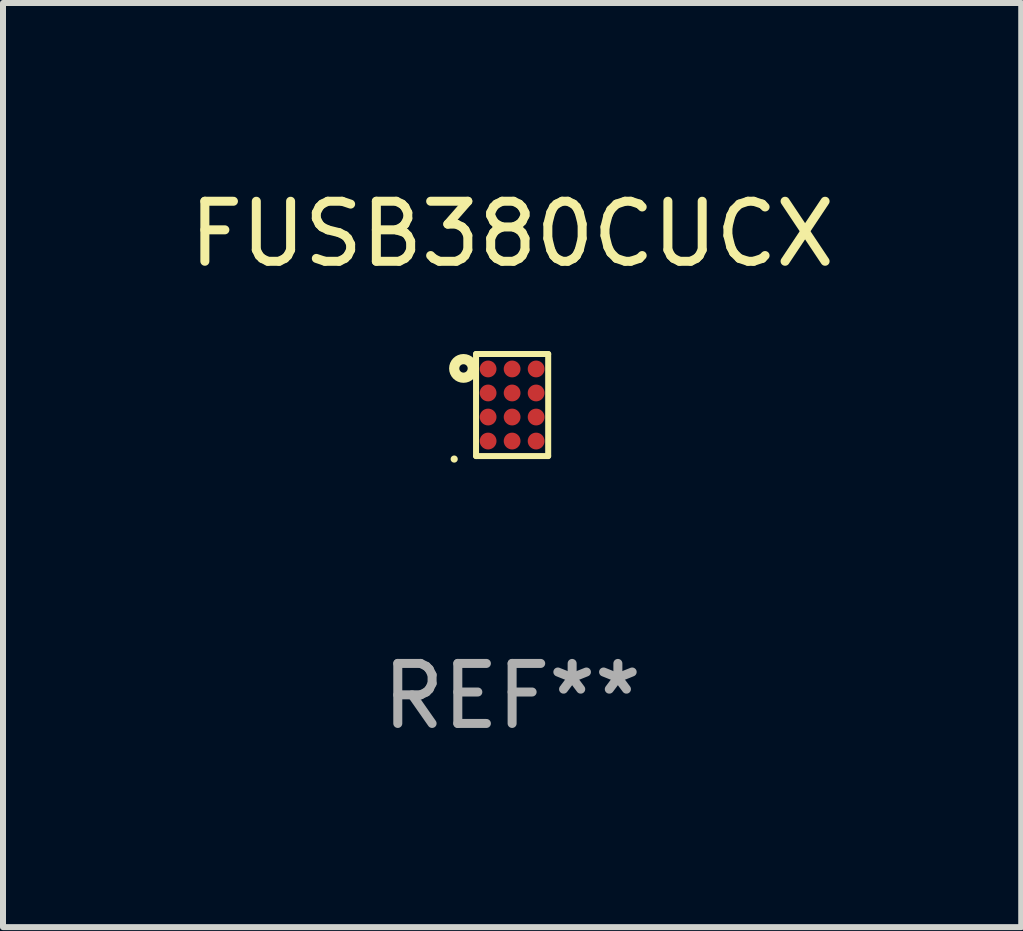
<source format=kicad_pcb>
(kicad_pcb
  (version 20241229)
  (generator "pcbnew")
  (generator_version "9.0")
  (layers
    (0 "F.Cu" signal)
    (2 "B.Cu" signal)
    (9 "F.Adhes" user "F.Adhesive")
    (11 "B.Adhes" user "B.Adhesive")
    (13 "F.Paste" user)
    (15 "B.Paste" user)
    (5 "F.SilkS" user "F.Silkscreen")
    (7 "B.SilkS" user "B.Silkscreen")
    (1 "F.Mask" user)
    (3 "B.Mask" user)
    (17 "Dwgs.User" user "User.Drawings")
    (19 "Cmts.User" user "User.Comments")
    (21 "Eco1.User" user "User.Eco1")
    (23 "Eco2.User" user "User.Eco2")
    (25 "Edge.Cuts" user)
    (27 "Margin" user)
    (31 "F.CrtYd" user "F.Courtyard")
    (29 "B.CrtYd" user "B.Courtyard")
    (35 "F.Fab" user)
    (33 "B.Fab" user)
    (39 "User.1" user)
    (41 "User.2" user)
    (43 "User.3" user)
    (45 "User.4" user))
  (footprint "FUSB380CUCX"
    (layer "F.Cu")
    (at 5.482 3.698)
    (property "Reference" "FUSB380CUCX" (at 0 -2.85 0) (layer "F.SilkS") (effects (font (size 1 1) (thickness 0.15))))
    (attr through_hole)
    (fp_line (start -0.601 -0.85) (end -0.601 0.85) (stroke (width 0.1) (type solid)) (layer "F.SilkS"))
    (fp_line (start -0.601 -0.85) (end 0.601 -0.85) (stroke (width 0.1) (type solid)) (layer "F.SilkS"))
    (fp_line (start -0.6 0.85) (end 0.6 0.85) (stroke (width 0.1) (type solid)) (layer "F.SilkS"))
    (fp_line (start 0.601 -0.85) (end 0.601 0.85) (stroke (width 0.1) (type solid)) (layer "F.SilkS"))
    (fp_circle (center -0.965 0.9) (end -0.935 0.9) (stroke (width 0.06) (type solid)) (fill no) (layer "F.SilkS"))
    (fp_circle (center -0.81 -0.61) (end -0.74 -0.61) (stroke (width 0.17) (type solid)) (fill no) (layer "F.SilkS"))
    (fp_text user "REF**" (at 0 4.85 0) (layer "F.Fab") (effects (font (size 1 1) (thickness 0.15))))
    (pad "A1" smd circle (at -0.4 -0.601) (size 0.28 0.28) (layers "F.Cu" "F.Mask" "F.Paste"))
    (pad "A2" smd circle (at 0 -0.601) (size 0.28 0.28) (layers "F.Cu" "F.Mask" "F.Paste"))
    (pad "A3" smd circle (at 0.4 -0.601) (size 0.28 0.28) (layers "F.Cu" "F.Mask" "F.Paste"))
    (pad "B1" smd circle (at -0.4 -0.201) (size 0.28 0.28) (layers "F.Cu" "F.Mask" "F.Paste"))
    (pad "B2" smd circle (at 0 -0.201) (size 0.28 0.28) (layers "F.Cu" "F.Mask" "F.Paste"))
    (pad "B3" smd circle (at 0.4 -0.201) (size 0.28 0.28) (layers "F.Cu" "F.Mask" "F.Paste"))
    (pad "C1" smd circle (at -0.4 0.2) (size 0.28 0.28) (layers "F.Cu" "F.Mask" "F.Paste"))
    (pad "C2" smd circle (at 0 0.2) (size 0.28 0.28) (layers "F.Cu" "F.Mask" "F.Paste"))
    (pad "C3" smd circle (at 0.4 0.2) (size 0.28 0.28) (layers "F.Cu" "F.Mask" "F.Paste"))
    (pad "D1" smd circle (at -0.4 0.6) (size 0.28 0.28) (layers "F.Cu" "F.Mask" "F.Paste"))
    (pad "D2" smd circle (at 0 0.6) (size 0.28 0.28) (layers "F.Cu" "F.Mask" "F.Paste"))
    (pad "D3" smd circle (at 0.4 0.6) (size 0.28 0.28) (layers "F.Cu" "F.Mask" "F.Paste")))
  (gr_rect
    (start -3 -3)
    (end 13.964 12.396)
    (stroke (width 0.1) (type default))
    (fill no)
    (layer "Edge.Cuts")))
</source>
